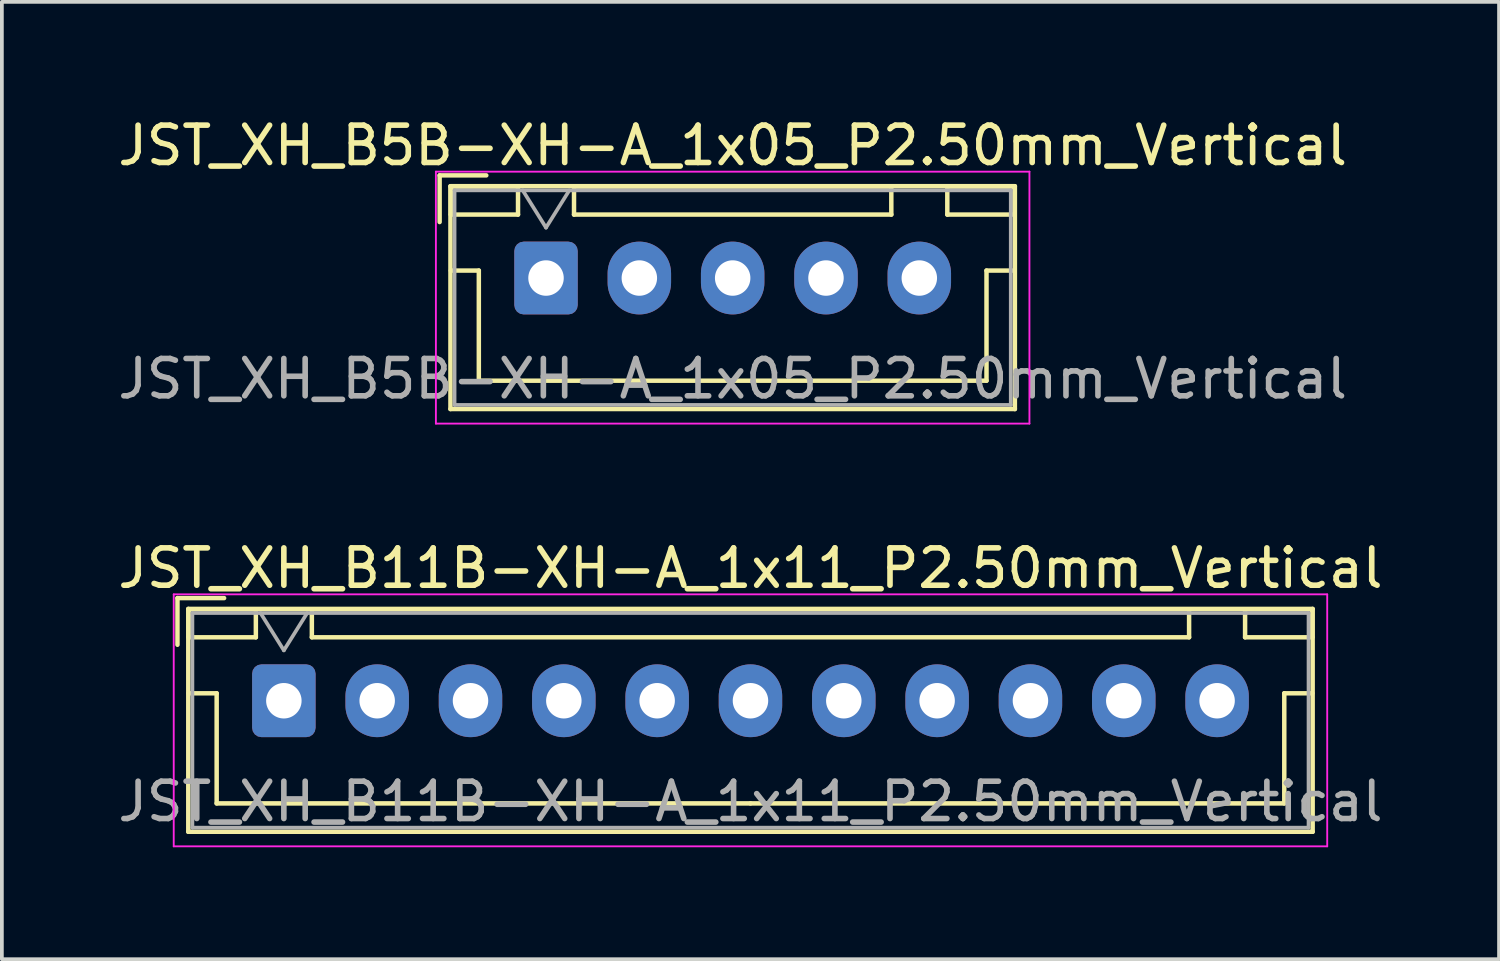
<source format=kicad_pcb>
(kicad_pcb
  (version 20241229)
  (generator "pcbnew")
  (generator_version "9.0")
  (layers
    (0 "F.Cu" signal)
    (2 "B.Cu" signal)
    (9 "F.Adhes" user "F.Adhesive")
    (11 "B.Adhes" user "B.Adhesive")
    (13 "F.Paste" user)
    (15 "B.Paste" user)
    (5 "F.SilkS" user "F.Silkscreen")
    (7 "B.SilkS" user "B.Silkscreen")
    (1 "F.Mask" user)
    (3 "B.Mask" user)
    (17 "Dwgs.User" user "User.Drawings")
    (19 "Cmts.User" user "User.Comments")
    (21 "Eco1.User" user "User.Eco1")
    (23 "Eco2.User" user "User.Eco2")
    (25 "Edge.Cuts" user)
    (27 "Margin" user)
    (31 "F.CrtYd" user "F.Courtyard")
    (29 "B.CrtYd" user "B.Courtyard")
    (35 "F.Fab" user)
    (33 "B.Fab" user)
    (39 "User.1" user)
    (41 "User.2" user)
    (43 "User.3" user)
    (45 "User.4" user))
  (footprint "JST_XH_B11B-XH-A_1x11_P2.50mm_Vertical"
    (layer "F.Cu")
    (at 4.554 15.722)
    (property "Reference" "JST_XH_B11B-XH-A_1x11_P2.50mm_Vertical" (at 12.5 -3.55 0) (layer "F.SilkS") (effects (font (size 1 1) (thickness 0.15))))
    (attr through_hole)
    (fp_line (start -2.85 -2.75) (end -2.85 -1.5) (stroke (width 0.12) (type solid)) (layer "F.SilkS"))
    (fp_line (start -2.56 -2.46) (end -2.56 3.51) (stroke (width 0.12) (type solid)) (layer "F.SilkS"))
    (fp_line (start -2.56 3.51) (end 27.56 3.51) (stroke (width 0.12) (type solid)) (layer "F.SilkS"))
    (fp_line (start -2.55 -2.45) (end -2.55 -1.7) (stroke (width 0.12) (type solid)) (layer "F.SilkS"))
    (fp_line (start -2.55 -1.7) (end -0.75 -1.7) (stroke (width 0.12) (type solid)) (layer "F.SilkS"))
    (fp_line (start -2.55 -0.2) (end -1.8 -0.2) (stroke (width 0.12) (type solid)) (layer "F.SilkS"))
    (fp_line (start -1.8 -0.2) (end -1.8 2.75) (stroke (width 0.12) (type solid)) (layer "F.SilkS"))
    (fp_line (start -1.8 2.75) (end 12.5 2.75) (stroke (width 0.12) (type solid)) (layer "F.SilkS"))
    (fp_line (start -1.6 -2.75) (end -2.85 -2.75) (stroke (width 0.12) (type solid)) (layer "F.SilkS"))
    (fp_line (start -0.75 -2.45) (end -2.55 -2.45) (stroke (width 0.12) (type solid)) (layer "F.SilkS"))
    (fp_line (start -0.75 -1.7) (end -0.75 -2.45) (stroke (width 0.12) (type solid)) (layer "F.SilkS"))
    (fp_line (start 0.75 -2.45) (end 0.75 -1.7) (stroke (width 0.12) (type solid)) (layer "F.SilkS"))
    (fp_line (start 0.75 -1.7) (end 24.25 -1.7) (stroke (width 0.12) (type solid)) (layer "F.SilkS"))
    (fp_line (start 24.25 -2.45) (end 0.75 -2.45) (stroke (width 0.12) (type solid)) (layer "F.SilkS"))
    (fp_line (start 24.25 -1.7) (end 24.25 -2.45) (stroke (width 0.12) (type solid)) (layer "F.SilkS"))
    (fp_line (start 25.75 -2.45) (end 25.75 -1.7) (stroke (width 0.12) (type solid)) (layer "F.SilkS"))
    (fp_line (start 25.75 -1.7) (end 27.55 -1.7) (stroke (width 0.12) (type solid)) (layer "F.SilkS"))
    (fp_line (start 26.8 -0.2) (end 26.8 2.75) (stroke (width 0.12) (type solid)) (layer "F.SilkS"))
    (fp_line (start 26.8 2.75) (end 12.5 2.75) (stroke (width 0.12) (type solid)) (layer "F.SilkS"))
    (fp_line (start 27.55 -2.45) (end 25.75 -2.45) (stroke (width 0.12) (type solid)) (layer "F.SilkS"))
    (fp_line (start 27.55 -1.7) (end 27.55 -2.45) (stroke (width 0.12) (type solid)) (layer "F.SilkS"))
    (fp_line (start 27.55 -0.2) (end 26.8 -0.2) (stroke (width 0.12) (type solid)) (layer "F.SilkS"))
    (fp_line (start 27.56 -2.46) (end -2.56 -2.46) (stroke (width 0.12) (type solid)) (layer "F.SilkS"))
    (fp_line (start 27.56 3.51) (end 27.56 -2.46) (stroke (width 0.12) (type solid)) (layer "F.SilkS"))
    (fp_line (start -2.95 -2.85) (end -2.95 3.9) (stroke (width 0.05) (type solid)) (layer "F.CrtYd"))
    (fp_line (start -2.95 3.9) (end 27.95 3.9) (stroke (width 0.05) (type solid)) (layer "F.CrtYd"))
    (fp_line (start 27.95 -2.85) (end -2.95 -2.85) (stroke (width 0.05) (type solid)) (layer "F.CrtYd"))
    (fp_line (start 27.95 3.9) (end 27.95 -2.85) (stroke (width 0.05) (type solid)) (layer "F.CrtYd"))
    (fp_line (start -2.45 -2.35) (end -2.45 3.4) (stroke (width 0.1) (type solid)) (layer "F.Fab"))
    (fp_line (start -2.45 3.4) (end 27.45 3.4) (stroke (width 0.1) (type solid)) (layer "F.Fab"))
    (fp_line (start -0.625 -2.35) (end 0 -1.35) (stroke (width 0.1) (type solid)) (layer "F.Fab"))
    (fp_line (start 0 -1.35) (end 0.625 -2.35) (stroke (width 0.1) (type solid)) (layer "F.Fab"))
    (fp_line (start 27.45 -2.35) (end -2.45 -2.35) (stroke (width 0.1) (type solid)) (layer "F.Fab"))
    (fp_line (start 27.45 3.4) (end 27.45 -2.35) (stroke (width 0.1) (type solid)) (layer "F.Fab"))
    (fp_text user "${REFERENCE}" (at 12.5 2.7 0) (layer "F.Fab") (effects (font (size 1 1) (thickness 0.15))))
    (pad "1" thru_hole roundrect (at 0 0) (size 1.7 1.95) (drill 0.95) (layers "*.Cu" "*.Mask") (roundrect_rratio 0.147))
    (pad "2" thru_hole oval (at 2.5 0) (size 1.7 1.95) (drill 0.95) (layers "*.Cu" "*.Mask"))
    (pad "3" thru_hole oval (at 5 0) (size 1.7 1.95) (drill 0.95) (layers "*.Cu" "*.Mask"))
    (pad "4" thru_hole oval (at 7.5 0) (size 1.7 1.95) (drill 0.95) (layers "*.Cu" "*.Mask"))
    (pad "5" thru_hole oval (at 10 0) (size 1.7 1.95) (drill 0.95) (layers "*.Cu" "*.Mask"))
    (pad "6" thru_hole oval (at 12.5 0) (size 1.7 1.95) (drill 0.95) (layers "*.Cu" "*.Mask"))
    (pad "7" thru_hole oval (at 15 0) (size 1.7 1.95) (drill 0.95) (layers "*.Cu" "*.Mask"))
    (pad "8" thru_hole oval (at 17.5 0) (size 1.7 1.95) (drill 0.95) (layers "*.Cu" "*.Mask"))
    (pad "9" thru_hole oval (at 20 0) (size 1.7 1.95) (drill 0.95) (layers "*.Cu" "*.Mask"))
    (pad "10" thru_hole oval (at 22.5 0) (size 1.7 1.95) (drill 0.95) (layers "*.Cu" "*.Mask"))
    (pad "11" thru_hole oval (at 25 0) (size 1.7 1.95) (drill 0.95) (layers "*.Cu" "*.Mask")))
  (footprint "JST_XH_B5B-XH-A_1x05_P2.50mm_Vertical"
    (layer "F.Cu")
    (at 11.577 4.398)
    (property "Reference" "JST_XH_B5B-XH-A_1x05_P2.50mm_Vertical" (at 5 -3.55 0) (layer "F.SilkS") (effects (font (size 1 1) (thickness 0.15))))
    (attr through_hole)
    (fp_line (start -2.85 -2.75) (end -2.85 -1.5) (stroke (width 0.12) (type solid)) (layer "F.SilkS"))
    (fp_line (start -2.56 -2.46) (end -2.56 3.51) (stroke (width 0.12) (type solid)) (layer "F.SilkS"))
    (fp_line (start -2.56 3.51) (end 12.56 3.51) (stroke (width 0.12) (type solid)) (layer "F.SilkS"))
    (fp_line (start -2.55 -2.45) (end -2.55 -1.7) (stroke (width 0.12) (type solid)) (layer "F.SilkS"))
    (fp_line (start -2.55 -1.7) (end -0.75 -1.7) (stroke (width 0.12) (type solid)) (layer "F.SilkS"))
    (fp_line (start -2.55 -0.2) (end -1.8 -0.2) (stroke (width 0.12) (type solid)) (layer "F.SilkS"))
    (fp_line (start -1.8 -0.2) (end -1.8 2.75) (stroke (width 0.12) (type solid)) (layer "F.SilkS"))
    (fp_line (start -1.8 2.75) (end 5 2.75) (stroke (width 0.12) (type solid)) (layer "F.SilkS"))
    (fp_line (start -1.6 -2.75) (end -2.85 -2.75) (stroke (width 0.12) (type solid)) (layer "F.SilkS"))
    (fp_line (start -0.75 -2.45) (end -2.55 -2.45) (stroke (width 0.12) (type solid)) (layer "F.SilkS"))
    (fp_line (start -0.75 -1.7) (end -0.75 -2.45) (stroke (width 0.12) (type solid)) (layer "F.SilkS"))
    (fp_line (start 0.75 -2.45) (end 0.75 -1.7) (stroke (width 0.12) (type solid)) (layer "F.SilkS"))
    (fp_line (start 0.75 -1.7) (end 9.25 -1.7) (stroke (width 0.12) (type solid)) (layer "F.SilkS"))
    (fp_line (start 9.25 -2.45) (end 0.75 -2.45) (stroke (width 0.12) (type solid)) (layer "F.SilkS"))
    (fp_line (start 9.25 -1.7) (end 9.25 -2.45) (stroke (width 0.12) (type solid)) (layer "F.SilkS"))
    (fp_line (start 10.75 -2.45) (end 10.75 -1.7) (stroke (width 0.12) (type solid)) (layer "F.SilkS"))
    (fp_line (start 10.75 -1.7) (end 12.55 -1.7) (stroke (width 0.12) (type solid)) (layer "F.SilkS"))
    (fp_line (start 11.8 -0.2) (end 11.8 2.75) (stroke (width 0.12) (type solid)) (layer "F.SilkS"))
    (fp_line (start 11.8 2.75) (end 5 2.75) (stroke (width 0.12) (type solid)) (layer "F.SilkS"))
    (fp_line (start 12.55 -2.45) (end 10.75 -2.45) (stroke (width 0.12) (type solid)) (layer "F.SilkS"))
    (fp_line (start 12.55 -1.7) (end 12.55 -2.45) (stroke (width 0.12) (type solid)) (layer "F.SilkS"))
    (fp_line (start 12.55 -0.2) (end 11.8 -0.2) (stroke (width 0.12) (type solid)) (layer "F.SilkS"))
    (fp_line (start 12.56 -2.46) (end -2.56 -2.46) (stroke (width 0.12) (type solid)) (layer "F.SilkS"))
    (fp_line (start 12.56 3.51) (end 12.56 -2.46) (stroke (width 0.12) (type solid)) (layer "F.SilkS"))
    (fp_line (start -2.95 -2.85) (end -2.95 3.9) (stroke (width 0.05) (type solid)) (layer "F.CrtYd"))
    (fp_line (start -2.95 3.9) (end 12.95 3.9) (stroke (width 0.05) (type solid)) (layer "F.CrtYd"))
    (fp_line (start 12.95 -2.85) (end -2.95 -2.85) (stroke (width 0.05) (type solid)) (layer "F.CrtYd"))
    (fp_line (start 12.95 3.9) (end 12.95 -2.85) (stroke (width 0.05) (type solid)) (layer "F.CrtYd"))
    (fp_line (start -2.45 -2.35) (end -2.45 3.4) (stroke (width 0.1) (type solid)) (layer "F.Fab"))
    (fp_line (start -2.45 3.4) (end 12.45 3.4) (stroke (width 0.1) (type solid)) (layer "F.Fab"))
    (fp_line (start -0.625 -2.35) (end 0 -1.35) (stroke (width 0.1) (type solid)) (layer "F.Fab"))
    (fp_line (start 0 -1.35) (end 0.625 -2.35) (stroke (width 0.1) (type solid)) (layer "F.Fab"))
    (fp_line (start 12.45 -2.35) (end -2.45 -2.35) (stroke (width 0.1) (type solid)) (layer "F.Fab"))
    (fp_line (start 12.45 3.4) (end 12.45 -2.35) (stroke (width 0.1) (type solid)) (layer "F.Fab"))
    (fp_text user "${REFERENCE}" (at 5 2.7 0) (layer "F.Fab") (effects (font (size 1 1) (thickness 0.15))))
    (pad "1" thru_hole roundrect (at 0 0) (size 1.7 1.95) (drill 0.95) (layers "*.Cu" "*.Mask") (roundrect_rratio 0.147))
    (pad "2" thru_hole oval (at 2.5 0) (size 1.7 1.95) (drill 0.95) (layers "*.Cu" "*.Mask"))
    (pad "3" thru_hole oval (at 5 0) (size 1.7 1.95) (drill 0.95) (layers "*.Cu" "*.Mask"))
    (pad "4" thru_hole oval (at 7.5 0) (size 1.7 1.95) (drill 0.95) (layers "*.Cu" "*.Mask"))
    (pad "5" thru_hole oval (at 10 0) (size 1.7 1.95) (drill 0.95) (layers "*.Cu" "*.Mask")))
  (gr_rect
    (start -3 -3)
    (end 37.107 22.646)
    (stroke (width 0.1) (type default))
    (fill no)
    (layer "Edge.Cuts")))
</source>
